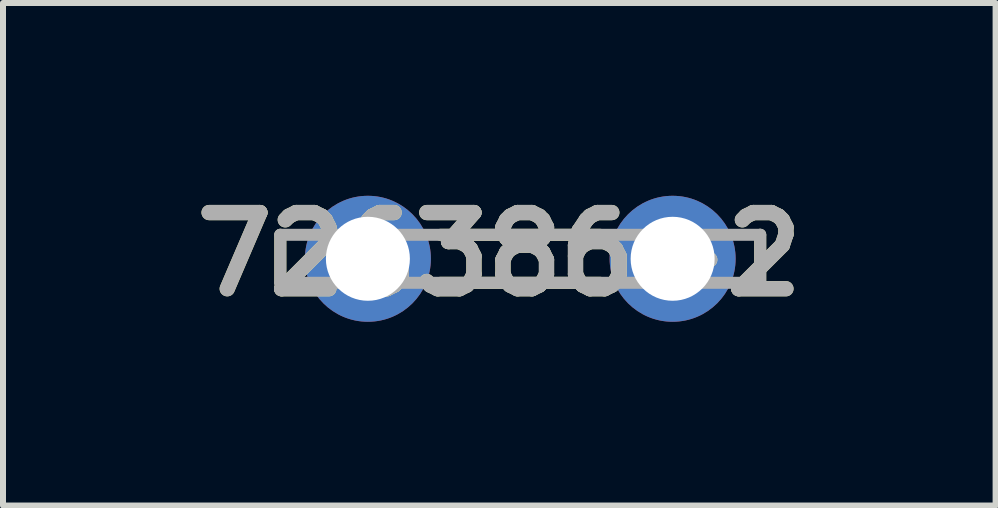
<source format=kicad_pcb>
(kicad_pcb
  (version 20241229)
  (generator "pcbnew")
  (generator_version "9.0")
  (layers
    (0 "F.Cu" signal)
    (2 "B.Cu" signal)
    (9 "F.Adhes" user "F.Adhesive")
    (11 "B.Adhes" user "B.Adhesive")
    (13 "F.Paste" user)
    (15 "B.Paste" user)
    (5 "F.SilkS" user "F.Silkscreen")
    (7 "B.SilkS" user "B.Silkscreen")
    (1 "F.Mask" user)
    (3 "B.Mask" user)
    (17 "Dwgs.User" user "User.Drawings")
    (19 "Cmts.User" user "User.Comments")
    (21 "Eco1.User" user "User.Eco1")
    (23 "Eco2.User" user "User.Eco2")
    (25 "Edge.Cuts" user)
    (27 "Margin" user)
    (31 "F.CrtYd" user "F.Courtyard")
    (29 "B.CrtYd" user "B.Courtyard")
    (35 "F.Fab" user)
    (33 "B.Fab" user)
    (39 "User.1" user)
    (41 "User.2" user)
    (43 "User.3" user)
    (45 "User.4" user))
  (footprint "726386-2"
    (layer "F.Cu")
    (at 5.623 1.264)
    (property "Reference" "726386-2" (at -0.349 -0.075 0) (layer "F.SilkS") (effects (font (size 1.27 1.27) (thickness 0.254))))
    (attr through_hole)
    (fp_line (start -4 -0.4) (end -4 0.4) (stroke (width 0.2) (type solid)) (layer "F.SilkS"))
    (fp_line (start -1.33 -0.4) (end 1.33 -0.4) (stroke (width 0.2) (type solid)) (layer "F.SilkS"))
    (fp_line (start -1.33 0.4) (end 1.33 0.4) (stroke (width 0.2) (type solid)) (layer "F.SilkS"))
    (fp_line (start 4 -0.4) (end 4 0.4) (stroke (width 0.2) (type solid)) (layer "F.SilkS"))
    (fp_line (start -4 -0.4) (end 4 -0.4) (stroke (width 0.2) (type solid)) (layer "F.Fab"))
    (fp_line (start -4 0.4) (end -4 -0.4) (stroke (width 0.2) (type solid)) (layer "F.Fab"))
    (fp_line (start 4 -0.4) (end 4 0.4) (stroke (width 0.2) (type solid)) (layer "F.Fab"))
    (fp_line (start 4 0.4) (end -4 0.4) (stroke (width 0.2) (type solid)) (layer "F.Fab"))
    (fp_text user "${REFERENCE}" (at -0.349 -0.075 0) (layer "F.Fab") (effects (font (size 1.27 1.27) (thickness 0.254))))
    (pad "1" thru_hole circle (at -2.54 0) (size 2.1 2.1) (drill 1.4) (layers "*.Cu" "*.Mask"))
    (pad "2" thru_hole circle (at 2.54 0) (size 2.1 2.1) (drill 1.4) (layers "*.Cu" "*.Mask")))
  (gr_rect
    (start -3 -3)
    (end 13.547 5.377)
    (stroke (width 0.1) (type default))
    (fill no)
    (layer "Edge.Cuts")))
</source>
